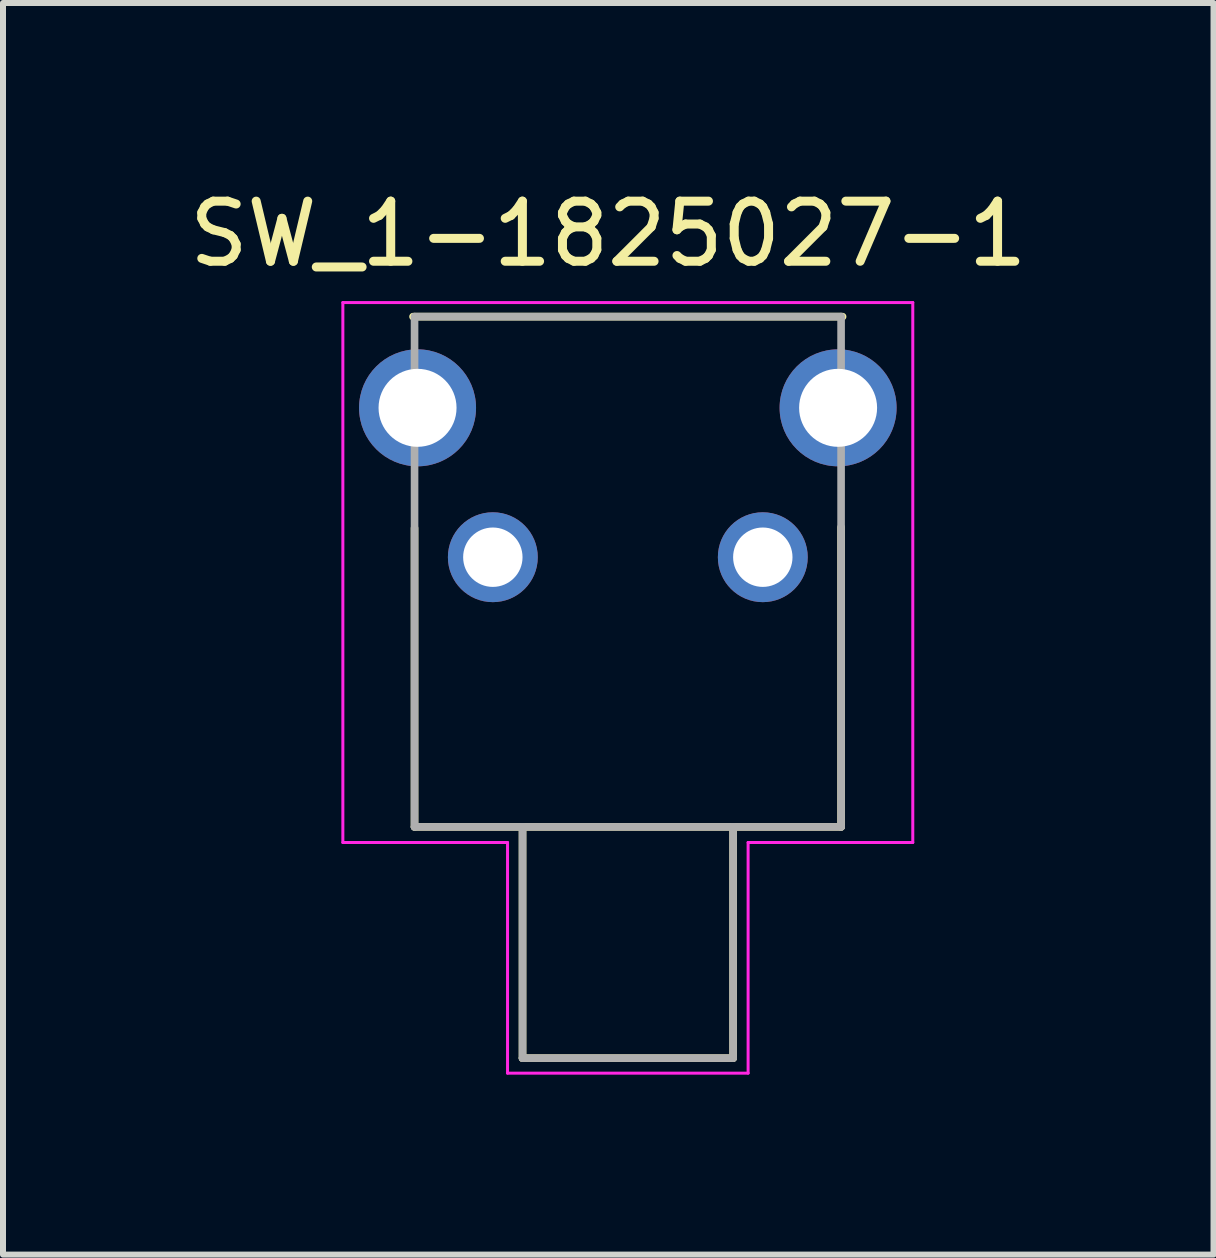
<source format=kicad_pcb>
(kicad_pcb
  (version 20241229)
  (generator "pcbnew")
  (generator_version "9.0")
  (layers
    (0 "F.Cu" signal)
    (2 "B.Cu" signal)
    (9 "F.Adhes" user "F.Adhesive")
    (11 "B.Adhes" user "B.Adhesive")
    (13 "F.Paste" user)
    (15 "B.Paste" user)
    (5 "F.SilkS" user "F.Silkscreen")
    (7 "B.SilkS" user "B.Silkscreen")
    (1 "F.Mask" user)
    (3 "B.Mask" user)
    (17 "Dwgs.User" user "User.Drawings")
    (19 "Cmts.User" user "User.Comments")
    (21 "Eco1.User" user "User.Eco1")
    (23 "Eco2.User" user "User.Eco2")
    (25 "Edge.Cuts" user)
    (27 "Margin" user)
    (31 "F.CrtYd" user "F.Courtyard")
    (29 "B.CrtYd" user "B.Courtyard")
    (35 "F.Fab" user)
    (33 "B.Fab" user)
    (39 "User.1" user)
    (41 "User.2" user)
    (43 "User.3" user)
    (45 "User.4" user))
  (footprint "SW_1-1825027-1"
    (layer "F.Cu")
    (at 7.415 6.238)
    (property "Reference" "SW_1-1825027-1" (at -0.326 -5.389 0) (layer "F.SilkS") (effects (font (size 1.002 1.002) (thickness 0.15))))
    (attr through_hole)
    (fp_line (start -3.58 -4.01) (end 3.58 -4.01) (stroke (width 0.127) (type solid)) (layer "F.SilkS"))
    (fp_line (start -3.555 4.495) (end -3.555 -0.485) (stroke (width 0.127) (type solid)) (layer "F.SilkS"))
    (fp_line (start -1.755 4.495) (end -3.555 4.495) (stroke (width 0.127) (type solid)) (layer "F.SilkS"))
    (fp_line (start -1.755 4.495) (end -1.755 8.35) (stroke (width 0.127) (type solid)) (layer "F.SilkS"))
    (fp_line (start -1.755 8.35) (end 1.755 8.35) (stroke (width 0.127) (type solid)) (layer "F.SilkS"))
    (fp_line (start 1.755 4.495) (end -1.755 4.495) (stroke (width 0.127) (type solid)) (layer "F.SilkS"))
    (fp_line (start 1.755 8.35) (end 1.755 4.495) (stroke (width 0.127) (type solid)) (layer "F.SilkS"))
    (fp_line (start 3.555 -0.5) (end 3.555 4.495) (stroke (width 0.127) (type solid)) (layer "F.SilkS"))
    (fp_line (start 3.555 4.495) (end 1.755 4.495) (stroke (width 0.127) (type solid)) (layer "F.SilkS"))
    (fp_line (start -4.75 -4.245) (end 4.75 -4.245) (stroke (width 0.05) (type solid)) (layer "F.CrtYd"))
    (fp_line (start -4.75 4.755) (end -4.75 -4.245) (stroke (width 0.05) (type solid)) (layer "F.CrtYd"))
    (fp_line (start -2.005 4.755) (end -4.75 4.755) (stroke (width 0.05) (type solid)) (layer "F.CrtYd"))
    (fp_line (start -2.005 8.6) (end -2.005 4.755) (stroke (width 0.05) (type solid)) (layer "F.CrtYd"))
    (fp_line (start 2.005 4.755) (end 2.005 8.6) (stroke (width 0.05) (type solid)) (layer "F.CrtYd"))
    (fp_line (start 2.005 8.6) (end -2.005 8.6) (stroke (width 0.05) (type solid)) (layer "F.CrtYd"))
    (fp_line (start 4.75 -4.245) (end 4.75 4.755) (stroke (width 0.05) (type solid)) (layer "F.CrtYd"))
    (fp_line (start 4.75 4.755) (end 2.005 4.755) (stroke (width 0.05) (type solid)) (layer "F.CrtYd"))
    (fp_line (start -3.555 -4.01) (end 3.555 -4.01) (stroke (width 0.127) (type solid)) (layer "F.Fab"))
    (fp_line (start -3.555 4.495) (end -3.555 -4.01) (stroke (width 0.127) (type solid)) (layer "F.Fab"))
    (fp_line (start -1.755 4.495) (end -3.555 4.495) (stroke (width 0.127) (type solid)) (layer "F.Fab"))
    (fp_line (start -1.755 4.495) (end -1.755 8.35) (stroke (width 0.127) (type solid)) (layer "F.Fab"))
    (fp_line (start -1.755 8.35) (end 1.755 8.35) (stroke (width 0.127) (type solid)) (layer "F.Fab"))
    (fp_line (start 1.755 4.495) (end -1.755 4.495) (stroke (width 0.127) (type solid)) (layer "F.Fab"))
    (fp_line (start 1.755 8.35) (end 1.755 4.495) (stroke (width 0.127) (type solid)) (layer "F.Fab"))
    (fp_line (start 3.555 -4.01) (end 3.555 4.495) (stroke (width 0.127) (type solid)) (layer "F.Fab"))
    (fp_line (start 3.555 4.495) (end 1.755 4.495) (stroke (width 0.127) (type solid)) (layer "F.Fab"))
    (pad "1" thru_hole circle (at -2.25 0) (size 1.498 1.498) (drill 0.99) (layers "*.Cu" "*.Mask"))
    (pad "2" thru_hole circle (at 2.25 0) (size 1.498 1.498) (drill 0.99) (layers "*.Cu" "*.Mask"))
    (pad "~" thru_hole circle (at -3.505 -2.49) (size 1.95 1.95) (drill 1.3) (layers "*.Cu" "*.Mask"))
    (pad "~" thru_hole circle (at 3.505 -2.49) (size 1.95 1.95) (drill 1.3) (layers "*.Cu" "*.Mask")))
  (gr_rect
    (start -3 -3)
    (end 17.178 17.863)
    (stroke (width 0.1) (type default))
    (fill no)
    (layer "Edge.Cuts")))
</source>
